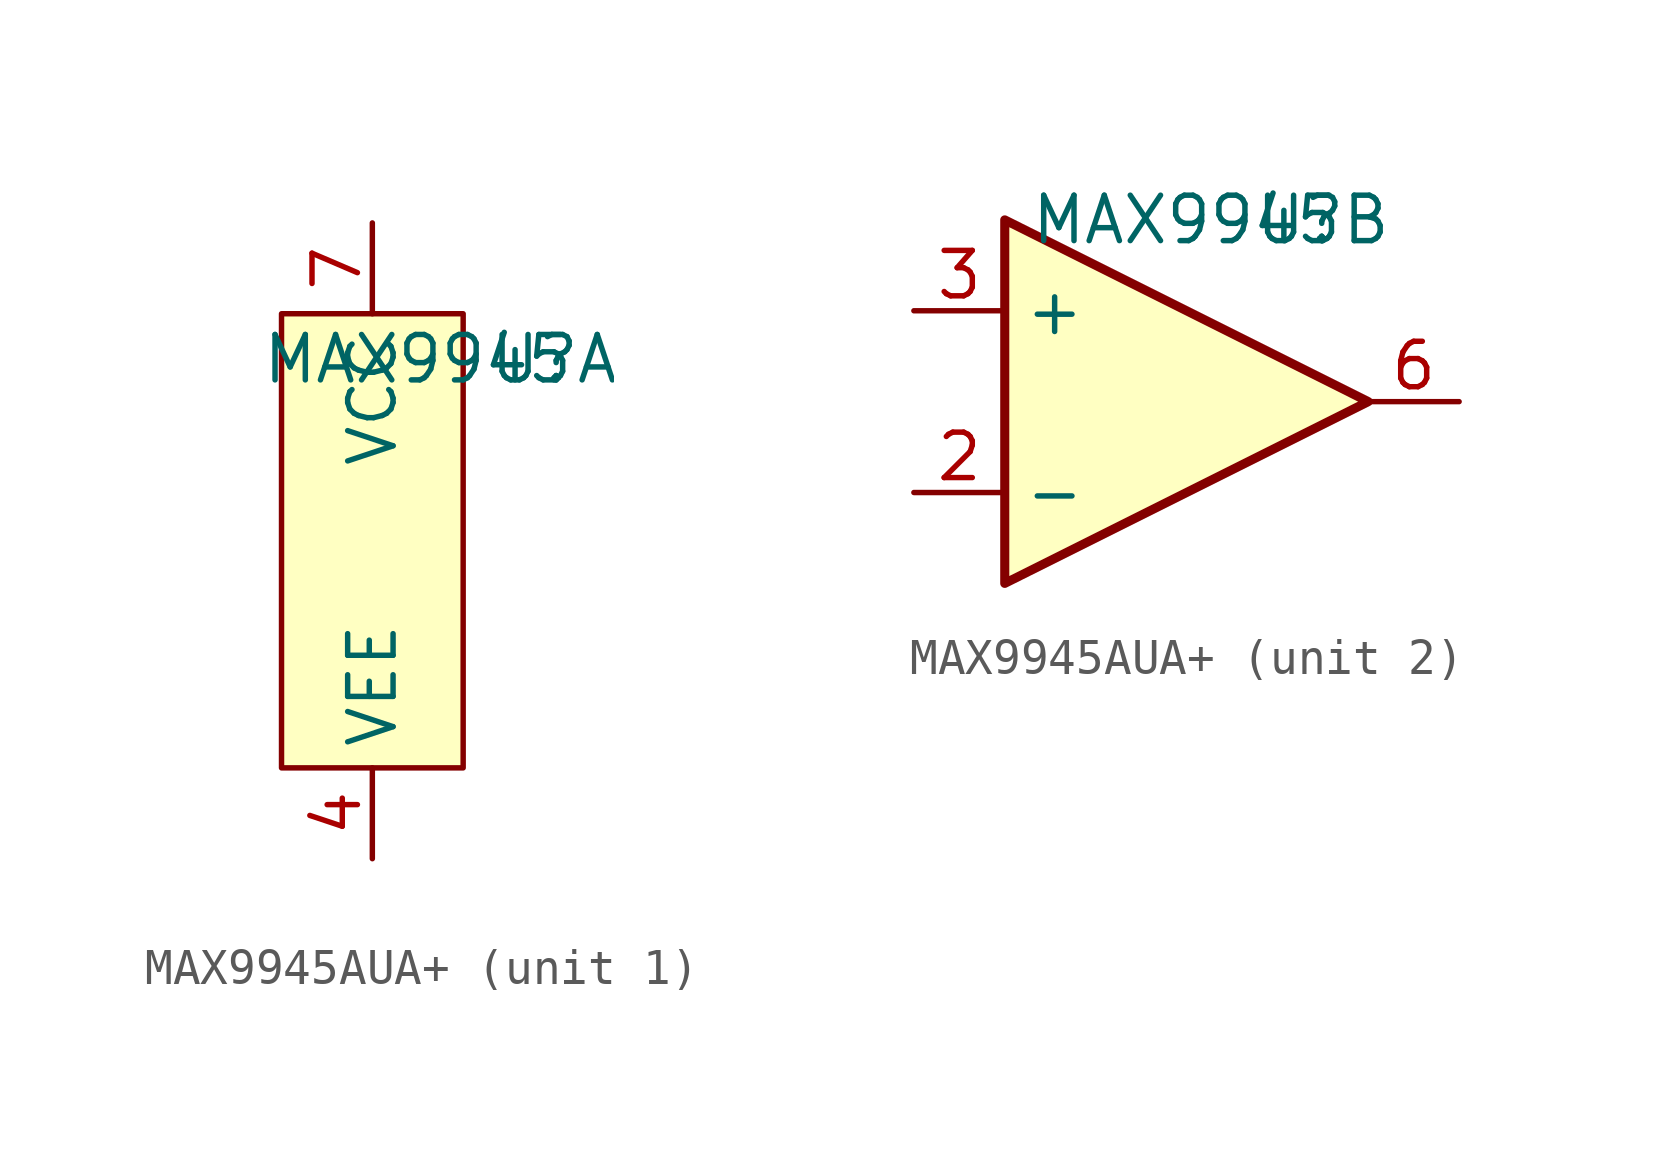
<source format=kicad_sym>
(kicad_symbol_lib
  (version 20220914)
  (generator kicad_symbol_editor)
  (symbol "MAX9945AUA+"
    (property "Reference" "U"
      (at 5.08 5.08 0)
      (effects (font (size 1.27 1.27))))
    (property "Value" "MAX9945"
      (at 1.27 5.08 0)
      (effects (font (size 1.27 1.27))))
    (property "ki_locked" ""
      (at 0 0 0)
      (effects (font (size 1.27 1.27))))
    (symbol "MAX9945AUA+_1_1"
      (rectangle (start -2.54 6.35) (end 2.54 -6.35) (stroke (width 0) (type default)) (fill (type background)))
      (pin no_connect line (at -1.27 -2.54 270) (length 2.54) hide (name "NC" (effects (font (size 1.27 1.27)))) (number "1" (effects (font (size 1.27 1.27)))))
      (pin passive line (at 0 -8.89 90) (length 2.54) (name "VEE" (effects (font (size 1.27 1.27)))) (number "4" (effects (font (size 1.27 1.27)))))
      (pin no_connect line (at 0 -2.54 270) (length 2.54) hide (name "NC" (effects (font (size 1.27 1.27)))) (number "5" (effects (font (size 1.27 1.27)))))
      (pin passive line (at 0 8.89 270) (length 2.54) (name "VCC" (effects (font (size 1.27 1.27)))) (number "7" (effects (font (size 1.27 1.27)))))
      (pin no_connect line (at 1.27 -2.54 270) (length 2.54) hide (name "NC" (effects (font (size 1.27 1.27)))) (number "8" (effects (font (size 1.27 1.27))))))
    (symbol "MAX9945AUA+_2_1"
      (polyline (pts (xy -3.81 5.08) (xy 6.35 0) (xy -3.81 -5.08) (xy -3.81 5.08)) (stroke (width 0.254) (type default)) (fill (type background)))
      (pin input line (at -6.35 -2.54 0) (length 2.54) (name "-" (effects (font (size 1.27 1.27)))) (number "2" (effects (font (size 1.27 1.27)))))
      (pin input line (at -6.35 2.54 0) (length 2.54) (name "+" (effects (font (size 1.27 1.27)))) (number "3" (effects (font (size 1.27 1.27)))))
      (pin output line (at 8.89 0 180) (length 2.54) (name "~" (effects (font (size 1.27 1.27)))) (number "6" (effects (font (size 1.27 1.27))))))))
</source>
